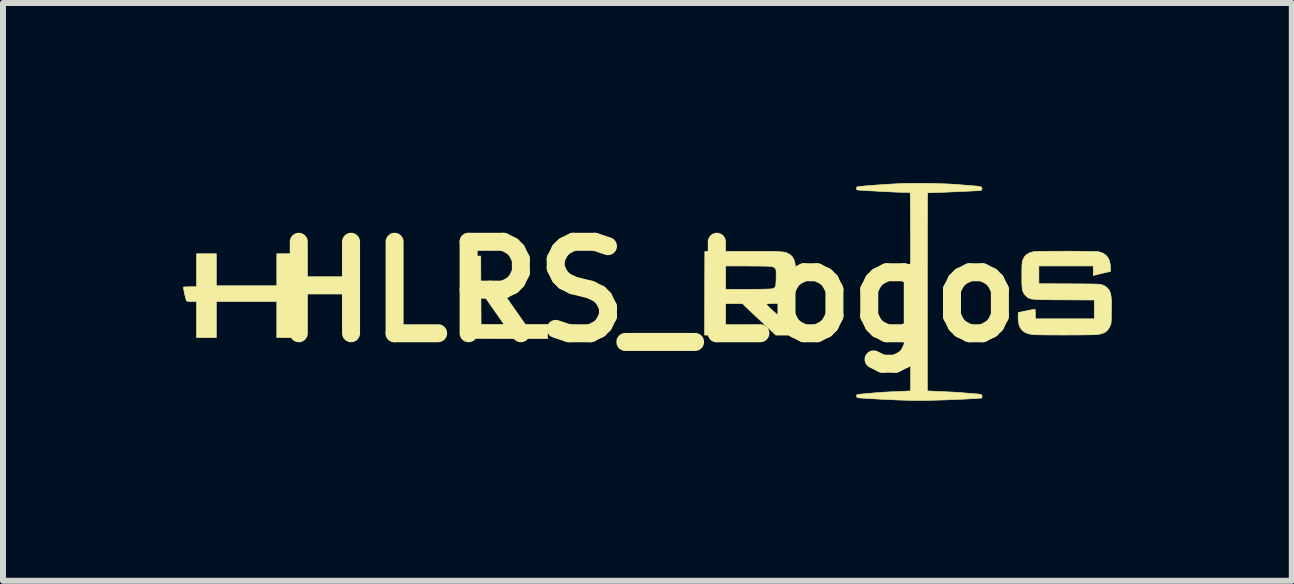
<source format=kicad_pcb>
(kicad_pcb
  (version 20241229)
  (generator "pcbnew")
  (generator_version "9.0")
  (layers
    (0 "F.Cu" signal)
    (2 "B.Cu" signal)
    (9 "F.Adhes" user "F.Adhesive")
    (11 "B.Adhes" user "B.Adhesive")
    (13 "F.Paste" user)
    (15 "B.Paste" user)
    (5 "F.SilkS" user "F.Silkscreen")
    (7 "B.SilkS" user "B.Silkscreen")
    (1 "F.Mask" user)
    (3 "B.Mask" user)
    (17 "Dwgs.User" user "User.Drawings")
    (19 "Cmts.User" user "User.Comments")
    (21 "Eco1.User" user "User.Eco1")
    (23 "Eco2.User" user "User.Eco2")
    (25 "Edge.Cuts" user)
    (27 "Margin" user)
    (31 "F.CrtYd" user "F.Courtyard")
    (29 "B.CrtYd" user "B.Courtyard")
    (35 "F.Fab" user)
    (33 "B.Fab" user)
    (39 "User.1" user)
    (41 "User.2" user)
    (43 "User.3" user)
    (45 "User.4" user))
  (footprint "HLRS_Logo"
    (layer "F.Cu")
    (at 7.735 1.814)
    (property "Reference" "HLRS_Logo" (at 0 0 0) (layer "F.SilkS") (effects (font (size 1.524 1.524) (thickness 0.3))))
    (attr through_hole)
    (fp_poly (pts (xy -2.771 -0.028) (xy -2.768 0.542) (xy -1.659 0.542) (xy -1.659 0.779) (xy -2.314 0.779) (xy -2.436 0.779) (xy -2.543 0.779) (xy -2.636 0.778) (xy -2.715 0.778) (xy -2.781 0.777) (xy -2.836 0.777) (xy -2.88 0.776) (xy -2.916 0.775) (xy -2.943 0.773) (xy -2.963 0.772) (xy -2.978 0.77) (xy -2.988 0.768) (xy -2.993 0.766) (xy -3.014 0.751) (xy -3.035 0.728) (xy -3.04 0.722) (xy -3.061 0.691) (xy -3.061 -0.597) (xy -2.773 -0.597) (xy -2.771 -0.028)) (stroke (width 0.01) (type solid)) (fill yes) (layer "F.SilkS"))
    (fp_poly (pts (xy -7.18 -0.102) (xy -6.172 -0.102) (xy -6.172 -0.635) (xy -5.842 -0.635) (xy -5.842 0.762) (xy -6.172 0.762) (xy -6.172 0.161) (xy -7.18 0.161) (xy -7.18 0.762) (xy -7.51 0.762) (xy -7.51 0.161) (xy -7.589 0.161) (xy -7.635 0.16) (xy -7.664 0.156) (xy -7.677 0.15) (xy -7.681 0.139) (xy -7.688 0.116) (xy -7.696 0.083) (xy -7.705 0.046) (xy -7.714 0.008) (xy -7.721 -0.028) (xy -7.727 -0.057) (xy -7.73 -0.075) (xy -7.73 -0.078) (xy -7.722 -0.081) (xy -7.7 -0.083) (xy -7.668 -0.084) (xy -7.628 -0.085) (xy -7.62 -0.085) (xy -7.51 -0.085) (xy -7.51 -0.635) (xy -7.18 -0.635) (xy -7.18 -0.102)) (stroke (width 0.01) (type solid)) (fill yes) (layer "F.SilkS"))
    (fp_poly (pts (xy 1.898 -0.676) (xy 1.982 -0.676) (xy 2.053 -0.675) (xy 2.113 -0.674) (xy 2.164 -0.672) (xy 2.206 -0.67) (xy 2.24 -0.667) (xy 2.268 -0.664) (xy 2.291 -0.66) (xy 2.31 -0.655) (xy 2.326 -0.65) (xy 2.333 -0.647) (xy 2.384 -0.619) (xy 2.422 -0.581) (xy 2.449 -0.532) (xy 2.464 -0.478) (xy 2.467 -0.452) (xy 2.469 -0.413) (xy 2.471 -0.364) (xy 2.471 -0.308) (xy 2.471 -0.248) (xy 2.47 -0.186) (xy 2.469 -0.126) (xy 2.466 -0.071) (xy 2.464 -0.023) (xy 2.46 0.015) (xy 2.457 0.04) (xy 2.455 0.045) (xy 2.431 0.09) (xy 2.395 0.13) (xy 2.35 0.161) (xy 2.33 0.17) (xy 2.31 0.178) (xy 2.288 0.183) (xy 2.263 0.187) (xy 2.23 0.189) (xy 2.187 0.191) (xy 2.138 0.193) (xy 2.09 0.194) (xy 2.048 0.196) (xy 2.015 0.199) (xy 1.993 0.201) (xy 1.987 0.203) (xy 1.99 0.211) (xy 2.004 0.227) (xy 2.027 0.251) (xy 2.056 0.279) (xy 2.068 0.289) (xy 2.097 0.316) (xy 2.137 0.352) (xy 2.184 0.394) (xy 2.235 0.441) (xy 2.289 0.49) (xy 2.342 0.538) (xy 2.346 0.541) (xy 2.393 0.584) (xy 2.437 0.624) (xy 2.474 0.658) (xy 2.505 0.686) (xy 2.527 0.705) (xy 2.538 0.716) (xy 2.539 0.717) (xy 2.532 0.718) (xy 2.511 0.718) (xy 2.476 0.719) (xy 2.432 0.719) (xy 2.38 0.72) (xy 2.343 0.72) (xy 2.144 0.72) (xy 1.912 0.502) (xy 1.858 0.451) (xy 1.805 0.402) (xy 1.756 0.356) (xy 1.713 0.315) (xy 1.677 0.281) (xy 1.65 0.255) (xy 1.634 0.24) (xy 1.587 0.195) (xy 1.287 0.195) (xy 1.287 0.72) (xy 0.957 0.72) (xy 0.959 0.023) (xy 0.959 -0.042) (xy 1.287 -0.042) (xy 1.659 -0.042) (xy 1.755 -0.043) (xy 1.841 -0.043) (xy 1.916 -0.044) (xy 1.977 -0.046) (xy 2.025 -0.047) (xy 2.058 -0.049) (xy 2.073 -0.051) (xy 2.098 -0.057) (xy 2.117 -0.065) (xy 2.13 -0.077) (xy 2.139 -0.095) (xy 2.144 -0.122) (xy 2.147 -0.16) (xy 2.149 -0.212) (xy 2.149 -0.233) (xy 2.15 -0.284) (xy 2.15 -0.321) (xy 2.149 -0.347) (xy 2.147 -0.365) (xy 2.143 -0.377) (xy 2.138 -0.386) (xy 2.132 -0.393) (xy 2.109 -0.411) (xy 2.081 -0.423) (xy 2.079 -0.424) (xy 2.063 -0.425) (xy 2.033 -0.427) (xy 1.989 -0.428) (xy 1.934 -0.429) (xy 1.87 -0.43) (xy 1.799 -0.431) (xy 1.722 -0.431) (xy 1.666 -0.432) (xy 1.287 -0.432) (xy 1.287 -0.042) (xy 0.959 -0.042) (xy 0.961 -0.673) (xy 1.562 -0.675) (xy 1.689 -0.676) (xy 1.801 -0.676) (xy 1.898 -0.676)) (stroke (width 0.01) (type solid)) (fill yes) (layer "F.SilkS"))
    (fp_poly (pts (xy 7.07 -0.677) (xy 7.154 -0.677) (xy 7.234 -0.676) (xy 7.308 -0.675) (xy 7.375 -0.674) (xy 7.432 -0.673) (xy 7.478 -0.671) (xy 7.511 -0.67) (xy 7.529 -0.668) (xy 7.59 -0.648) (xy 7.64 -0.617) (xy 7.677 -0.575) (xy 7.703 -0.521) (xy 7.718 -0.455) (xy 7.722 -0.39) (xy 7.722 -0.341) (xy 7.639 -0.322) (xy 7.595 -0.312) (xy 7.548 -0.301) (xy 7.507 -0.291) (xy 7.495 -0.288) (xy 7.434 -0.273) (xy 7.434 -0.432) (xy 6.528 -0.432) (xy 6.528 -0.136) (xy 7.038 -0.134) (xy 7.144 -0.133) (xy 7.234 -0.133) (xy 7.31 -0.132) (xy 7.373 -0.132) (xy 7.424 -0.131) (xy 7.466 -0.13) (xy 7.499 -0.129) (xy 7.525 -0.127) (xy 7.544 -0.125) (xy 7.559 -0.123) (xy 7.571 -0.121) (xy 7.582 -0.117) (xy 7.592 -0.114) (xy 7.595 -0.112) (xy 7.626 -0.097) (xy 7.655 -0.077) (xy 7.668 -0.066) (xy 7.688 -0.043) (xy 7.704 -0.019) (xy 7.716 0.009) (xy 7.725 0.041) (xy 7.732 0.081) (xy 7.736 0.13) (xy 7.738 0.191) (xy 7.738 0.265) (xy 7.737 0.322) (xy 7.736 0.387) (xy 7.735 0.437) (xy 7.734 0.475) (xy 7.732 0.503) (xy 7.73 0.525) (xy 7.726 0.542) (xy 7.721 0.556) (xy 7.715 0.571) (xy 7.711 0.578) (xy 7.685 0.623) (xy 7.653 0.658) (xy 7.613 0.683) (xy 7.561 0.7) (xy 7.506 0.711) (xy 7.485 0.712) (xy 7.45 0.714) (xy 7.401 0.715) (xy 7.341 0.716) (xy 7.272 0.717) (xy 7.196 0.718) (xy 7.114 0.718) (xy 7.029 0.718) (xy 6.942 0.719) (xy 6.856 0.718) (xy 6.772 0.718) (xy 6.693 0.718) (xy 6.62 0.717) (xy 6.554 0.716) (xy 6.499 0.715) (xy 6.456 0.714) (xy 6.427 0.712) (xy 6.418 0.711) (xy 6.347 0.697) (xy 6.291 0.672) (xy 6.246 0.637) (xy 6.214 0.592) (xy 6.212 0.588) (xy 6.198 0.551) (xy 6.188 0.502) (xy 6.183 0.449) (xy 6.182 0.403) (xy 6.185 0.344) (xy 6.32 0.316) (xy 6.366 0.307) (xy 6.406 0.299) (xy 6.438 0.293) (xy 6.457 0.289) (xy 6.462 0.288) (xy 6.465 0.296) (xy 6.467 0.317) (xy 6.468 0.347) (xy 6.469 0.368) (xy 6.469 0.449) (xy 7.451 0.449) (xy 7.451 0.136) (xy 6.945 0.133) (xy 6.833 0.133) (xy 6.737 0.132) (xy 6.655 0.131) (xy 6.585 0.13) (xy 6.528 0.129) (xy 6.481 0.126) (xy 6.443 0.123) (xy 6.412 0.12) (xy 6.388 0.114) (xy 6.368 0.108) (xy 6.353 0.1) (xy 6.339 0.091) (xy 6.327 0.08) (xy 6.314 0.067) (xy 6.307 0.06) (xy 6.289 0.041) (xy 6.275 0.022) (xy 6.265 0.002) (xy 6.257 -0.023) (xy 6.251 -0.053) (xy 6.247 -0.092) (xy 6.245 -0.142) (xy 6.244 -0.204) (xy 6.244 -0.275) (xy 6.244 -0.343) (xy 6.245 -0.396) (xy 6.246 -0.436) (xy 6.248 -0.468) (xy 6.25 -0.491) (xy 6.254 -0.51) (xy 6.258 -0.527) (xy 6.26 -0.532) (xy 6.286 -0.583) (xy 6.324 -0.623) (xy 6.375 -0.652) (xy 6.435 -0.669) (xy 6.454 -0.671) (xy 6.488 -0.673) (xy 6.534 -0.674) (xy 6.592 -0.675) (xy 6.66 -0.676) (xy 6.734 -0.677) (xy 6.814 -0.677) (xy 6.898 -0.677) (xy 6.984 -0.678) (xy 7.07 -0.677)) (stroke (width 0.01) (type solid)) (fill yes) (layer "F.SilkS"))
    (fp_poly (pts (xy 4.612 -1.809) (xy 4.743 -1.807) (xy 4.873 -1.803) (xy 4.996 -1.799) (xy 5.11 -1.793) (xy 5.203 -1.786) (xy 5.248 -1.782) (xy 5.304 -1.778) (xy 5.362 -1.773) (xy 5.417 -1.769) (xy 5.418 -1.769) (xy 5.474 -1.764) (xy 5.516 -1.76) (xy 5.545 -1.755) (xy 5.563 -1.749) (xy 5.574 -1.741) (xy 5.579 -1.731) (xy 5.58 -1.719) (xy 5.578 -1.703) (xy 5.57 -1.695) (xy 5.552 -1.691) (xy 5.544 -1.69) (xy 5.525 -1.688) (xy 5.492 -1.686) (xy 5.445 -1.683) (xy 5.389 -1.68) (xy 5.323 -1.677) (xy 5.251 -1.674) (xy 5.175 -1.67) (xy 5.097 -1.667) (xy 5.019 -1.663) (xy 4.942 -1.66) (xy 4.87 -1.657) (xy 4.803 -1.655) (xy 4.745 -1.653) (xy 4.697 -1.652) (xy 4.674 -1.651) (xy 4.673 -1.643) (xy 4.673 -1.618) (xy 4.672 -1.579) (xy 4.672 -1.524) (xy 4.672 -1.456) (xy 4.671 -1.375) (xy 4.671 -1.283) (xy 4.671 -1.178) (xy 4.67 -1.064) (xy 4.67 -0.94) (xy 4.67 -0.807) (xy 4.67 -0.666) (xy 4.67 -0.517) (xy 4.669 -0.363) (xy 4.669 -0.203) (xy 4.669 -0.038) (xy 4.669 -0.001) (xy 4.669 1.65) (xy 4.737 1.654) (xy 4.769 1.656) (xy 4.813 1.658) (xy 4.865 1.661) (xy 4.92 1.663) (xy 4.953 1.664) (xy 5.01 1.666) (xy 5.07 1.669) (xy 5.127 1.672) (xy 5.175 1.675) (xy 5.194 1.677) (xy 5.24 1.68) (xy 5.296 1.685) (xy 5.355 1.689) (xy 5.406 1.693) (xy 5.464 1.698) (xy 5.508 1.701) (xy 5.539 1.705) (xy 5.559 1.709) (xy 5.571 1.715) (xy 5.577 1.722) (xy 5.579 1.731) (xy 5.58 1.74) (xy 5.58 1.768) (xy 5.527 1.773) (xy 5.493 1.776) (xy 5.445 1.779) (xy 5.383 1.782) (xy 5.311 1.786) (xy 5.23 1.79) (xy 5.143 1.793) (xy 5.051 1.797) (xy 4.956 1.801) (xy 4.881 1.803) (xy 4.759 1.807) (xy 4.648 1.809) (xy 4.544 1.81) (xy 4.439 1.809) (xy 4.33 1.807) (xy 4.211 1.803) (xy 4.195 1.803) (xy 4.138 1.8) (xy 4.073 1.797) (xy 4.004 1.794) (xy 3.931 1.791) (xy 3.858 1.787) (xy 3.786 1.783) (xy 3.719 1.779) (xy 3.657 1.775) (xy 3.604 1.772) (xy 3.561 1.769) (xy 3.531 1.767) (xy 3.518 1.765) (xy 3.499 1.759) (xy 3.491 1.746) (xy 3.49 1.737) (xy 3.49 1.722) (xy 3.495 1.714) (xy 3.51 1.71) (xy 3.533 1.707) (xy 3.581 1.702) (xy 3.642 1.696) (xy 3.712 1.69) (xy 3.789 1.683) (xy 3.867 1.678) (xy 3.943 1.672) (xy 4.013 1.668) (xy 4.074 1.665) (xy 4.111 1.663) (xy 4.164 1.662) (xy 4.218 1.659) (xy 4.267 1.657) (xy 4.307 1.655) (xy 4.322 1.654) (xy 4.39 1.65) (xy 4.39 0.002) (xy 4.39 -0.177) (xy 4.39 -0.349) (xy 4.39 -0.513) (xy 4.389 -0.669) (xy 4.389 -0.816) (xy 4.389 -0.954) (xy 4.388 -1.081) (xy 4.388 -1.198) (xy 4.387 -1.302) (xy 4.387 -1.395) (xy 4.386 -1.474) (xy 4.385 -1.54) (xy 4.385 -1.591) (xy 4.384 -1.627) (xy 4.383 -1.648) (xy 4.382 -1.652) (xy 4.371 -1.655) (xy 4.347 -1.657) (xy 4.314 -1.658) (xy 4.285 -1.659) (xy 4.235 -1.659) (xy 4.179 -1.661) (xy 4.127 -1.663) (xy 4.111 -1.664) (xy 3.979 -1.67) (xy 3.865 -1.676) (xy 3.766 -1.682) (xy 3.684 -1.686) (xy 3.618 -1.69) (xy 3.567 -1.693) (xy 3.532 -1.696) (xy 3.512 -1.697) (xy 3.507 -1.698) (xy 3.492 -1.707) (xy 3.488 -1.723) (xy 3.491 -1.74) (xy 3.496 -1.748) (xy 3.509 -1.751) (xy 3.536 -1.755) (xy 3.577 -1.76) (xy 3.628 -1.765) (xy 3.689 -1.77) (xy 3.757 -1.775) (xy 3.83 -1.781) (xy 3.906 -1.786) (xy 3.983 -1.791) (xy 4.059 -1.796) (xy 4.133 -1.8) (xy 4.202 -1.803) (xy 4.244 -1.805) (xy 4.358 -1.808) (xy 4.482 -1.809) (xy 4.612 -1.809)) (stroke (width 0.01) (type solid)) (fill yes) (layer "F.SilkS")))
  (gr_rect
    (start -3 -3)
    (end 18.478 6.629)
    (stroke (width 0.1) (type default))
    (fill no)
    (layer "Edge.Cuts")))
</source>
